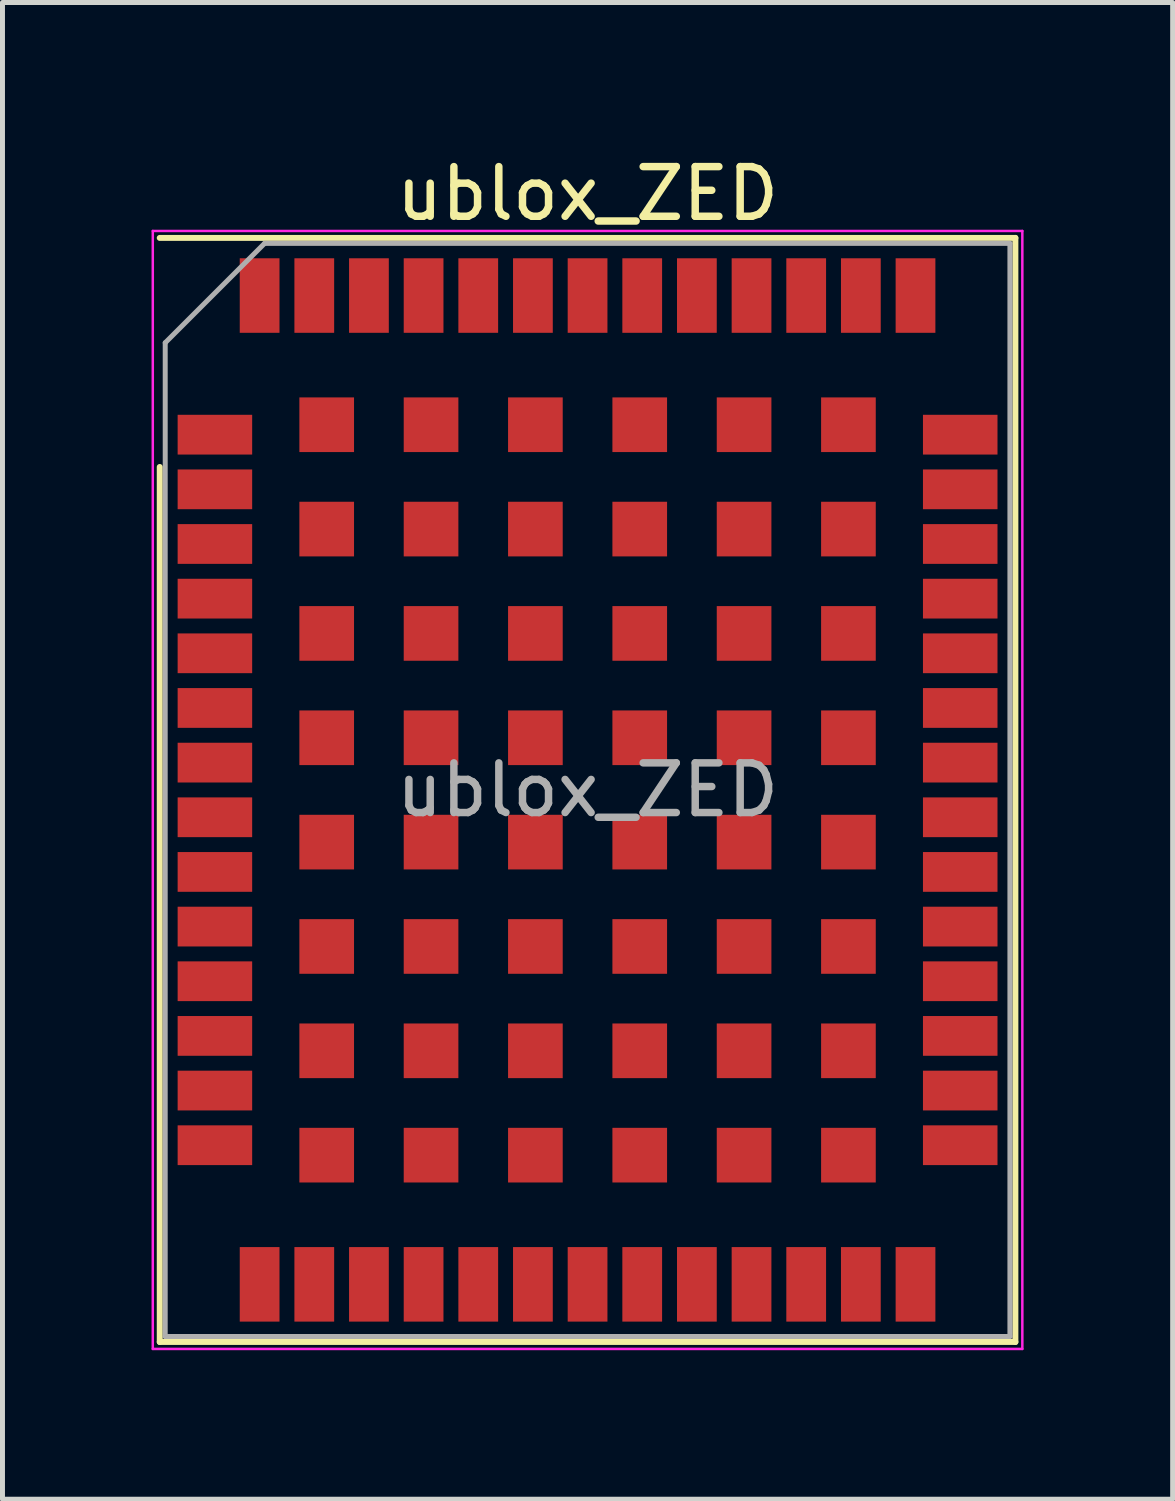
<source format=kicad_pcb>
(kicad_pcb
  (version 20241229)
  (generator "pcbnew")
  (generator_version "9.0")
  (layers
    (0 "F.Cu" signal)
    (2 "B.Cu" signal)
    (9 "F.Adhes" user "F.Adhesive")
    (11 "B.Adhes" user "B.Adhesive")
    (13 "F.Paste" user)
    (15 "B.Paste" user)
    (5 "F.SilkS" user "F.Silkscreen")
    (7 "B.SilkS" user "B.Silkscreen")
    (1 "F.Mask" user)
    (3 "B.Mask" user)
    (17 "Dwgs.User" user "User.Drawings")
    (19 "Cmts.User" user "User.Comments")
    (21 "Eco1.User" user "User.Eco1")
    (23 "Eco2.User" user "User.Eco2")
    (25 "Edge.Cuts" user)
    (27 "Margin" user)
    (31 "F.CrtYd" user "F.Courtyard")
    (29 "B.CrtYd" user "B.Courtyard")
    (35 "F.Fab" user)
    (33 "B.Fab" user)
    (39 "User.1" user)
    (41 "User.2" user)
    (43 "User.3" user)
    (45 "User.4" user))
  (footprint "ublox_ZED"
    (layer "F.Cu")
    (at 8.775 12.848)
    (property "Reference" "ublox_ZED" (at 0 -12 0) (layer "F.SilkS") (effects (font (size 1 1) (thickness 0.15))))
    (attr smd)
    (fp_line (start -8.61 -11.11) (end 8.61 -11.11) (stroke (width 0.12) (type solid)) (layer "F.SilkS"))
    (fp_line (start -8.61 -6.5) (end -8.61 11.11) (stroke (width 0.12) (type solid)) (layer "F.SilkS"))
    (fp_line (start -8.61 11.11) (end 8.61 11.11) (stroke (width 0.12) (type solid)) (layer "F.SilkS"))
    (fp_line (start 8.61 -11.11) (end 8.61 11.11) (stroke (width 0.12) (type solid)) (layer "F.SilkS"))
    (fp_line (start -8.75 -11.25) (end -8.75 11.25) (stroke (width 0.05) (type solid)) (layer "F.CrtYd"))
    (fp_line (start -8.75 -11.25) (end 8.75 -11.25) (stroke (width 0.05) (type solid)) (layer "F.CrtYd"))
    (fp_line (start -8.75 11.25) (end 8.75 11.25) (stroke (width 0.05) (type solid)) (layer "F.CrtYd"))
    (fp_line (start 8.75 -11.25) (end 8.75 11.25) (stroke (width 0.05) (type solid)) (layer "F.CrtYd"))
    (fp_line (start -8.5 -9) (end -8.5 11) (stroke (width 0.1) (type solid)) (layer "F.Fab"))
    (fp_line (start -8.5 -9) (end -6.5 -11) (stroke (width 0.1) (type solid)) (layer "F.Fab"))
    (fp_line (start -8.5 11) (end 8.5 11) (stroke (width 0.1) (type solid)) (layer "F.Fab"))
    (fp_line (start -6.5 -11) (end 8.5 -11) (stroke (width 0.1) (type solid)) (layer "F.Fab"))
    (fp_line (start 8.5 -11) (end 8.5 11) (stroke (width 0.1) (type solid)) (layer "F.Fab"))
    (fp_text user "${REFERENCE}" (at 0 0 0) (layer "F.Fab") (effects (font (size 1 1) (thickness 0.15))))
    (pad "" smd rect (at -7.5 -7.15) (size 1.45 0.75) (layers "F.Paste"))
    (pad "" smd rect (at -7.5 -6.05) (size 1.45 0.75) (layers "F.Paste"))
    (pad "" smd rect (at -7.5 -4.95) (size 1.45 0.75) (layers "F.Paste"))
    (pad "" smd rect (at -7.5 -3.85) (size 1.45 0.75) (layers "F.Paste"))
    (pad "" smd rect (at -7.5 -2.75) (size 1.45 0.75) (layers "F.Paste"))
    (pad "" smd rect (at -7.5 -1.65) (size 1.45 0.75) (layers "F.Paste"))
    (pad "" smd rect (at -7.5 -0.55) (size 1.45 0.75) (layers "F.Paste"))
    (pad "" smd rect (at -7.5 0.55) (size 1.45 0.75) (layers "F.Paste"))
    (pad "" smd rect (at -7.5 1.65) (size 1.45 0.75) (layers "F.Paste"))
    (pad "" smd rect (at -7.5 2.75) (size 1.45 0.75) (layers "F.Paste"))
    (pad "" smd rect (at -7.5 3.85) (size 1.45 0.75) (layers "F.Paste"))
    (pad "" smd rect (at -7.5 4.95) (size 1.45 0.75) (layers "F.Paste"))
    (pad "" smd rect (at -7.5 6.05) (size 1.45 0.75) (layers "F.Paste"))
    (pad "" smd rect (at -7.5 7.15) (size 1.45 0.75) (layers "F.Paste"))
    (pad "" smd rect (at -6.6 -9.95 90) (size 1.45 0.75) (layers "F.Paste"))
    (pad "" smd rect (at -6.6 9.95 90) (size 1.45 0.75) (layers "F.Paste"))
    (pad "" smd rect (at -5.5 -9.95 90) (size 1.45 0.75) (layers "F.Paste"))
    (pad "" smd rect (at -5.5 9.95 90) (size 1.45 0.75) (layers "F.Paste"))
    (pad "" smd rect (at -5.25 -7.35) (size 1.05 1.05) (layers "F.Paste"))
    (pad "" smd rect (at -5.25 -5.25) (size 1.05 1.05) (layers "F.Paste"))
    (pad "" smd rect (at -5.25 -3.15) (size 1.05 1.05) (layers "F.Paste"))
    (pad "" smd rect (at -5.25 -1.05) (size 1.05 1.05) (layers "F.Paste"))
    (pad "" smd rect (at -5.25 1.05) (size 1.05 1.05) (layers "F.Paste"))
    (pad "" smd rect (at -5.25 3.15) (size 1.05 1.05) (layers "F.Paste"))
    (pad "" smd rect (at -5.25 5.25) (size 1.05 1.05) (layers "F.Paste"))
    (pad "" smd rect (at -5.25 7.35) (size 1.05 1.05) (layers "F.Paste"))
    (pad "" smd rect (at -4.4 -9.95 90) (size 1.45 0.75) (layers "F.Paste"))
    (pad "" smd rect (at -4.4 9.95 90) (size 1.45 0.75) (layers "F.Paste"))
    (pad "" smd rect (at -3.3 -9.95 90) (size 1.45 0.75) (layers "F.Paste"))
    (pad "" smd rect (at -3.3 9.95 90) (size 1.45 0.75) (layers "F.Paste"))
    (pad "" smd rect (at -3.15 -7.35) (size 1.05 1.05) (layers "F.Paste"))
    (pad "" smd rect (at -3.15 -5.25) (size 1.05 1.05) (layers "F.Paste"))
    (pad "" smd rect (at -3.15 -3.15) (size 1.05 1.05) (layers "F.Paste"))
    (pad "" smd rect (at -3.15 -1.05) (size 1.05 1.05) (layers "F.Paste"))
    (pad "" smd rect (at -3.15 1.05) (size 1.05 1.05) (layers "F.Paste"))
    (pad "" smd rect (at -3.15 3.15) (size 1.05 1.05) (layers "F.Paste"))
    (pad "" smd rect (at -3.15 5.25) (size 1.05 1.05) (layers "F.Paste"))
    (pad "" smd rect (at -3.15 7.35) (size 1.05 1.05) (layers "F.Paste"))
    (pad "" smd rect (at -2.2 -9.95 90) (size 1.45 0.75) (layers "F.Paste"))
    (pad "" smd rect (at -2.2 9.95 90) (size 1.45 0.75) (layers "F.Paste"))
    (pad "" smd rect (at -1.1 -9.95 90) (size 1.45 0.75) (layers "F.Paste"))
    (pad "" smd rect (at -1.1 9.95 90) (size 1.45 0.75) (layers "F.Paste"))
    (pad "" smd rect (at -1.05 -7.35) (size 1.05 1.05) (layers "F.Paste"))
    (pad "" smd rect (at -1.05 -5.25) (size 1.05 1.05) (layers "F.Paste"))
    (pad "" smd rect (at -1.05 -3.15) (size 1.05 1.05) (layers "F.Paste"))
    (pad "" smd rect (at -1.05 -1.05) (size 1.05 1.05) (layers "F.Paste"))
    (pad "" smd rect (at -1.05 1.05) (size 1.05 1.05) (layers "F.Paste"))
    (pad "" smd rect (at -1.05 3.15) (size 1.05 1.05) (layers "F.Paste"))
    (pad "" smd rect (at -1.05 5.25) (size 1.05 1.05) (layers "F.Paste"))
    (pad "" smd rect (at -1.05 7.35) (size 1.05 1.05) (layers "F.Paste"))
    (pad "" smd rect (at 0 -9.95 90) (size 1.45 0.75) (layers "F.Paste"))
    (pad "" smd rect (at 0 9.95 90) (size 1.45 0.75) (layers "F.Paste"))
    (pad "" smd rect (at 1.05 -7.35) (size 1.05 1.05) (layers "F.Paste"))
    (pad "" smd rect (at 1.05 -5.25) (size 1.05 1.05) (layers "F.Paste"))
    (pad "" smd rect (at 1.05 -3.15) (size 1.05 1.05) (layers "F.Paste"))
    (pad "" smd rect (at 1.05 -1.05) (size 1.05 1.05) (layers "F.Paste"))
    (pad "" smd rect (at 1.05 1.05) (size 1.05 1.05) (layers "F.Paste"))
    (pad "" smd rect (at 1.05 3.15) (size 1.05 1.05) (layers "F.Paste"))
    (pad "" smd rect (at 1.05 5.25) (size 1.05 1.05) (layers "F.Paste"))
    (pad "" smd rect (at 1.05 7.35) (size 1.05 1.05) (layers "F.Paste"))
    (pad "" smd rect (at 1.1 -9.95 90) (size 1.45 0.75) (layers "F.Paste"))
    (pad "" smd rect (at 1.1 9.95 90) (size 1.45 0.75) (layers "F.Paste"))
    (pad "" smd rect (at 2.2 -9.95 90) (size 1.45 0.75) (layers "F.Paste"))
    (pad "" smd rect (at 2.2 9.95 90) (size 1.45 0.75) (layers "F.Paste"))
    (pad "" smd rect (at 3.15 -7.35) (size 1.05 1.05) (layers "F.Paste"))
    (pad "" smd rect (at 3.15 -5.25) (size 1.05 1.05) (layers "F.Cu"))
    (pad "" smd rect (at 3.15 -3.15) (size 1.05 1.05) (layers "F.Paste"))
    (pad "" smd rect (at 3.15 -1.05) (size 1.05 1.05) (layers "F.Paste"))
    (pad "" smd rect (at 3.15 1.05) (size 1.05 1.05) (layers "F.Paste"))
    (pad "" smd rect (at 3.15 3.15) (size 1.05 1.05) (layers "F.Paste"))
    (pad "" smd rect (at 3.15 5.25) (size 1.05 1.05) (layers "F.Paste"))
    (pad "" smd rect (at 3.15 7.35) (size 1.05 1.05) (layers "F.Paste"))
    (pad "" smd rect (at 3.3 -9.95 90) (size 1.45 0.75) (layers "F.Paste"))
    (pad "" smd rect (at 3.3 9.95 90) (size 1.45 0.75) (layers "F.Paste"))
    (pad "" smd rect (at 4.4 -9.95 90) (size 1.45 0.75) (layers "F.Paste"))
    (pad "" smd rect (at 4.4 9.95 90) (size 1.45 0.75) (layers "F.Paste"))
    (pad "" smd rect (at 5.25 -7.35) (size 1.05 1.05) (layers "F.Paste"))
    (pad "" smd rect (at 5.25 -5.25) (size 1.05 1.05) (layers "F.Paste"))
    (pad "" smd rect (at 5.25 -3.15) (size 1.05 1.05) (layers "F.Paste"))
    (pad "" smd rect (at 5.25 -1.05) (size 1.05 1.05) (layers "F.Paste"))
    (pad "" smd rect (at 5.25 1.05) (size 1.05 1.05) (layers "F.Paste"))
    (pad "" smd rect (at 5.25 3.15) (size 1.05 1.05) (layers "F.Paste"))
    (pad "" smd rect (at 5.25 5.25) (size 1.05 1.05) (layers "F.Paste"))
    (pad "" smd rect (at 5.25 7.35) (size 1.05 1.05) (layers "F.Paste"))
    (pad "" smd rect (at 5.5 -9.95 90) (size 1.45 0.75) (layers "F.Paste"))
    (pad "" smd rect (at 5.5 9.95 90) (size 1.45 0.75) (layers "F.Paste"))
    (pad "" smd rect (at 6.6 -9.95 90) (size 1.45 0.75) (layers "F.Paste"))
    (pad "" smd rect (at 6.6 9.95 90) (size 1.45 0.75) (layers "F.Paste"))
    (pad "" smd rect (at 7.5 -7.15) (size 1.45 0.75) (layers "F.Paste"))
    (pad "" smd rect (at 7.5 -6.05) (size 1.45 0.75) (layers "F.Paste"))
    (pad "" smd rect (at 7.5 -4.95) (size 1.45 0.75) (layers "F.Paste"))
    (pad "" smd rect (at 7.5 -3.85) (size 1.45 0.75) (layers "F.Paste"))
    (pad "" smd rect (at 7.5 -2.75) (size 1.45 0.75) (layers "F.Paste"))
    (pad "" smd rect (at 7.5 -1.65) (size 1.45 0.75) (layers "F.Paste"))
    (pad "" smd rect (at 7.5 -0.55) (size 1.45 0.75) (layers "F.Paste"))
    (pad "" smd rect (at 7.5 0.55) (size 1.45 0.75) (layers "F.Paste"))
    (pad "" smd rect (at 7.5 1.65) (size 1.45 0.75) (layers "F.Paste"))
    (pad "" smd rect (at 7.5 2.75) (size 1.45 0.75) (layers "F.Paste"))
    (pad "" smd rect (at 7.5 3.85) (size 1.45 0.75) (layers "F.Paste"))
    (pad "" smd rect (at 7.5 4.95) (size 1.45 0.75) (layers "F.Paste"))
    (pad "" smd rect (at 7.5 6.05) (size 1.45 0.75) (layers "F.Paste"))
    (pad "" smd rect (at 7.5 7.15) (size 1.45 0.75) (layers "F.Paste"))
    (pad "1" smd rect (at -7.5 -7.15) (size 1.5 0.8) (layers "F.Cu" "F.Mask"))
    (pad "2" smd rect (at -7.5 -6.05) (size 1.5 0.8) (layers "F.Cu" "F.Mask"))
    (pad "3" smd rect (at -7.5 -4.95) (size 1.5 0.8) (layers "F.Cu" "F.Mask"))
    (pad "4" smd rect (at -7.5 -3.85) (size 1.5 0.8) (layers "F.Cu" "F.Mask"))
    (pad "5" smd rect (at -7.5 -2.75) (size 1.5 0.8) (layers "F.Cu" "F.Mask"))
    (pad "6" smd rect (at -7.5 -1.65) (size 1.5 0.8) (layers "F.Cu" "F.Mask"))
    (pad "7" smd rect (at -7.5 -0.55) (size 1.5 0.8) (layers "F.Cu" "F.Mask"))
    (pad "8" smd rect (at -7.5 0.55) (size 1.5 0.8) (layers "F.Cu" "F.Mask"))
    (pad "9" smd rect (at -7.5 1.65) (size 1.5 0.8) (layers "F.Cu" "F.Mask"))
    (pad "10" smd rect (at -7.5 2.75) (size 1.5 0.8) (layers "F.Cu" "F.Mask"))
    (pad "11" smd rect (at -7.5 3.85) (size 1.5 0.8) (layers "F.Cu" "F.Mask"))
    (pad "12" smd rect (at -7.5 4.95) (size 1.5 0.8) (layers "F.Cu" "F.Mask"))
    (pad "13" smd rect (at -7.5 6.05) (size 1.5 0.8) (layers "F.Cu" "F.Mask"))
    (pad "14" smd rect (at -7.5 7.15) (size 1.5 0.8) (layers "F.Cu" "F.Mask"))
    (pad "15" smd rect (at -6.6 9.95 90) (size 1.5 0.8) (layers "F.Cu" "F.Mask"))
    (pad "16" smd rect (at -5.5 9.95 90) (size 1.5 0.8) (layers "F.Cu" "F.Mask"))
    (pad "17" smd rect (at -4.4 9.95 90) (size 1.5 0.8) (layers "F.Cu" "F.Mask"))
    (pad "18" smd rect (at -3.3 9.95 270) (size 1.5 0.8) (layers "F.Cu" "F.Mask"))
    (pad "19" smd rect (at -2.2 9.95 90) (size 1.5 0.8) (layers "F.Cu" "F.Mask"))
    (pad "20" smd rect (at -1.1 9.95 90) (size 1.5 0.8) (layers "F.Cu" "F.Mask"))
    (pad "21" smd rect (at 0 9.95 90) (size 1.5 0.8) (layers "F.Cu" "F.Mask"))
    (pad "22" smd rect (at 1.1 9.95 90) (size 1.5 0.8) (layers "F.Cu" "F.Mask"))
    (pad "23" smd rect (at 2.2 9.95 90) (size 1.5 0.8) (layers "F.Cu" "F.Mask"))
    (pad "24" smd rect (at 3.3 9.95 90) (size 1.5 0.8) (layers "F.Cu" "F.Mask"))
    (pad "25" smd rect (at 4.4 9.95 90) (size 1.5 0.8) (layers "F.Cu" "F.Mask"))
    (pad "26" smd rect (at 5.5 9.95 90) (size 1.5 0.8) (layers "F.Cu" "F.Mask"))
    (pad "27" smd rect (at 6.6 9.95 90) (size 1.5 0.8) (layers "F.Cu" "F.Mask"))
    (pad "28" smd rect (at 7.5 7.15) (size 1.5 0.8) (layers "F.Cu" "F.Mask"))
    (pad "29" smd rect (at 7.5 6.05) (size 1.5 0.8) (layers "F.Cu" "F.Mask"))
    (pad "30" smd rect (at 7.5 4.95) (size 1.5 0.8) (layers "F.Cu" "F.Mask"))
    (pad "31" smd rect (at 7.5 3.85) (size 1.5 0.8) (layers "F.Cu" "F.Mask"))
    (pad "32" smd rect (at 7.5 2.75) (size 1.5 0.8) (layers "F.Cu" "F.Mask"))
    (pad "33" smd rect (at 7.5 1.65) (size 1.5 0.8) (layers "F.Cu" "F.Mask"))
    (pad "34" smd rect (at 7.5 0.55) (size 1.5 0.8) (layers "F.Cu" "F.Mask"))
    (pad "35" smd rect (at 7.5 -0.55) (size 1.5 0.8) (layers "F.Cu" "F.Mask"))
    (pad "36" smd rect (at 7.5 -1.65) (size 1.5 0.8) (layers "F.Cu" "F.Mask"))
    (pad "37" smd rect (at 7.5 -2.75) (size 1.5 0.8) (layers "F.Cu" "F.Mask"))
    (pad "38" smd rect (at 7.5 -3.85) (size 1.5 0.8) (layers "F.Cu" "F.Mask"))
    (pad "39" smd rect (at 7.5 -4.95) (size 1.5 0.8) (layers "F.Cu" "F.Mask"))
    (pad "40" smd rect (at 7.5 -6.05) (size 1.5 0.8) (layers "F.Cu" "F.Mask"))
    (pad "41" smd rect (at 7.5 -7.15) (size 1.5 0.8) (layers "F.Cu" "F.Mask"))
    (pad "42" smd rect (at 6.6 -9.95 90) (size 1.5 0.8) (layers "F.Cu" "F.Mask"))
    (pad "43" smd rect (at 5.5 -9.95 90) (size 1.5 0.8) (layers "F.Cu" "F.Mask"))
    (pad "44" smd rect (at 4.4 -9.95 90) (size 1.5 0.8) (layers "F.Cu" "F.Mask"))
    (pad "45" smd rect (at 3.3 -9.95 90) (size 1.5 0.8) (layers "F.Cu" "F.Mask"))
    (pad "46" smd rect (at 2.2 -9.95 90) (size 1.5 0.8) (layers "F.Cu" "F.Mask"))
    (pad "47" smd rect (at 1.1 -9.95 90) (size 1.5 0.8) (layers "F.Cu" "F.Mask"))
    (pad "48" smd rect (at 0 -9.95 90) (size 1.5 0.8) (layers "F.Cu" "F.Mask"))
    (pad "49" smd rect (at -1.1 -9.95 90) (size 1.5 0.8) (layers "F.Cu" "F.Mask"))
    (pad "50" smd rect (at -2.2 -9.95 90) (size 1.5 0.8) (layers "F.Cu" "F.Mask"))
    (pad "51" smd rect (at -3.3 -9.95 90) (size 1.5 0.8) (layers "F.Cu" "F.Mask"))
    (pad "52" smd rect (at -4.4 -9.95 90) (size 1.5 0.8) (layers "F.Cu" "F.Mask"))
    (pad "53" smd rect (at -5.5 -9.95 90) (size 1.5 0.8) (layers "F.Cu" "F.Mask"))
    (pad "54" smd rect (at -6.6 -9.95 90) (size 1.5 0.8) (layers "F.Cu" "F.Mask"))
    (pad "55" smd rect (at -5.25 -7.35) (size 1.1 1.1) (layers "F.Cu" "F.Mask"))
    (pad "55" smd rect (at -5.25 -5.25) (size 1.1 1.1) (layers "F.Cu" "F.Mask"))
    (pad "55" smd rect (at -5.25 -3.15) (size 1.1 1.1) (layers "F.Cu" "F.Mask"))
    (pad "55" smd rect (at -5.25 -1.05) (size 1.1 1.1) (layers "F.Cu" "F.Mask"))
    (pad "55" smd rect (at -5.25 1.05) (size 1.1 1.1) (layers "F.Cu" "F.Mask"))
    (pad "55" smd rect (at -5.25 3.15) (size 1.1 1.1) (layers "F.Cu" "F.Mask"))
    (pad "55" smd rect (at -5.25 5.25) (size 1.1 1.1) (layers "F.Cu" "F.Mask"))
    (pad "55" smd rect (at -5.25 7.35) (size 1.1 1.1) (layers "F.Cu" "F.Mask"))
    (pad "55" smd rect (at -3.15 -7.35) (size 1.1 1.1) (layers "F.Cu" "F.Mask"))
    (pad "55" smd rect (at -3.15 -5.25) (size 1.1 1.1) (layers "F.Cu" "F.Mask"))
    (pad "55" smd rect (at -3.15 -3.15) (size 1.1 1.1) (layers "F.Cu" "F.Mask"))
    (pad "55" smd rect (at -3.15 -1.05) (size 1.1 1.1) (layers "F.Cu" "F.Mask"))
    (pad "55" smd rect (at -3.15 1.05) (size 1.1 1.1) (layers "F.Cu" "F.Mask"))
    (pad "55" smd rect (at -3.15 3.15) (size 1.1 1.1) (layers "F.Cu" "F.Mask"))
    (pad "55" smd rect (at -3.15 5.25) (size 1.1 1.1) (layers "F.Cu" "F.Mask"))
    (pad "55" smd rect (at -3.15 7.35) (size 1.1 1.1) (layers "F.Cu" "F.Mask"))
    (pad "55" smd rect (at -1.05 -7.35) (size 1.1 1.1) (layers "F.Cu" "F.Mask"))
    (pad "55" smd rect (at -1.05 -5.25) (size 1.1 1.1) (layers "F.Cu" "F.Mask"))
    (pad "55" smd rect (at -1.05 -3.15) (size 1.1 1.1) (layers "F.Cu" "F.Mask"))
    (pad "55" smd rect (at -1.05 -1.05) (size 1.1 1.1) (layers "F.Cu" "F.Mask"))
    (pad "55" smd rect (at -1.05 1.05) (size 1.1 1.1) (layers "F.Cu" "F.Mask"))
    (pad "55" smd rect (at -1.05 3.15) (size 1.1 1.1) (layers "F.Cu" "F.Mask"))
    (pad "55" smd rect (at -1.05 5.25) (size 1.1 1.1) (layers "F.Cu" "F.Mask"))
    (pad "55" smd rect (at -1.05 7.35) (size 1.1 1.1) (layers "F.Cu" "F.Mask"))
    (pad "55" smd rect (at 1.05 -7.35) (size 1.1 1.1) (layers "F.Cu" "F.Mask"))
    (pad "55" smd rect (at 1.05 -5.25) (size 1.1 1.1) (layers "F.Cu" "F.Mask"))
    (pad "55" smd rect (at 1.05 -3.15) (size 1.1 1.1) (layers "F.Cu" "F.Mask"))
    (pad "55" smd rect (at 1.05 -1.05) (size 1.1 1.1) (layers "F.Cu" "F.Mask"))
    (pad "55" smd rect (at 1.05 1.05) (size 1.1 1.1) (layers "F.Cu" "F.Mask"))
    (pad "55" smd rect (at 1.05 3.15) (size 1.1 1.1) (layers "F.Cu" "F.Mask"))
    (pad "55" smd rect (at 1.05 5.25) (size 1.1 1.1) (layers "F.Cu" "F.Mask"))
    (pad "55" smd rect (at 1.05 7.35) (size 1.1 1.1) (layers "F.Cu" "F.Mask"))
    (pad "55" smd rect (at 3.15 -7.35) (size 1.1 1.1) (layers "F.Cu" "F.Mask"))
    (pad "55" smd rect (at 3.15 -5.25) (size 1.1 1.1) (layers "F.Cu" "F.Mask"))
    (pad "55" smd rect (at 3.15 -3.15) (size 1.1 1.1) (layers "F.Cu" "F.Mask"))
    (pad "55" smd rect (at 3.15 -1.05) (size 1.1 1.1) (layers "F.Cu" "F.Mask"))
    (pad "55" smd rect (at 3.15 1.05) (size 1.1 1.1) (layers "F.Cu" "F.Mask"))
    (pad "55" smd rect (at 3.15 3.15) (size 1.1 1.1) (layers "F.Cu" "F.Mask"))
    (pad "55" smd rect (at 3.15 5.25) (size 1.1 1.1) (layers "F.Cu" "F.Mask"))
    (pad "55" smd rect (at 3.15 7.35) (size 1.1 1.1) (layers "F.Cu" "F.Mask"))
    (pad "55" smd rect (at 5.25 -7.35) (size 1.1 1.1) (layers "F.Cu" "F.Mask"))
    (pad "55" smd rect (at 5.25 -5.25) (size 1.1 1.1) (layers "F.Cu" "F.Mask"))
    (pad "55" smd rect (at 5.25 -3.15) (size 1.1 1.1) (layers "F.Cu" "F.Mask"))
    (pad "55" smd rect (at 5.25 -1.05) (size 1.1 1.1) (layers "F.Cu" "F.Mask"))
    (pad "55" smd rect (at 5.25 1.05) (size 1.1 1.1) (layers "F.Cu" "F.Mask"))
    (pad "55" smd rect (at 5.25 3.15) (size 1.1 1.1) (layers "F.Cu" "F.Mask"))
    (pad "55" smd rect (at 5.25 5.25) (size 1.1 1.1) (layers "F.Cu" "F.Mask"))
    (pad "55" smd rect (at 5.25 7.35) (size 1.1 1.1) (layers "F.Cu" "F.Mask")))
  (gr_rect
    (start -3 -3)
    (end 20.55 27.123)
    (stroke (width 0.1) (type default))
    (fill no)
    (layer "Edge.Cuts")))
</source>
